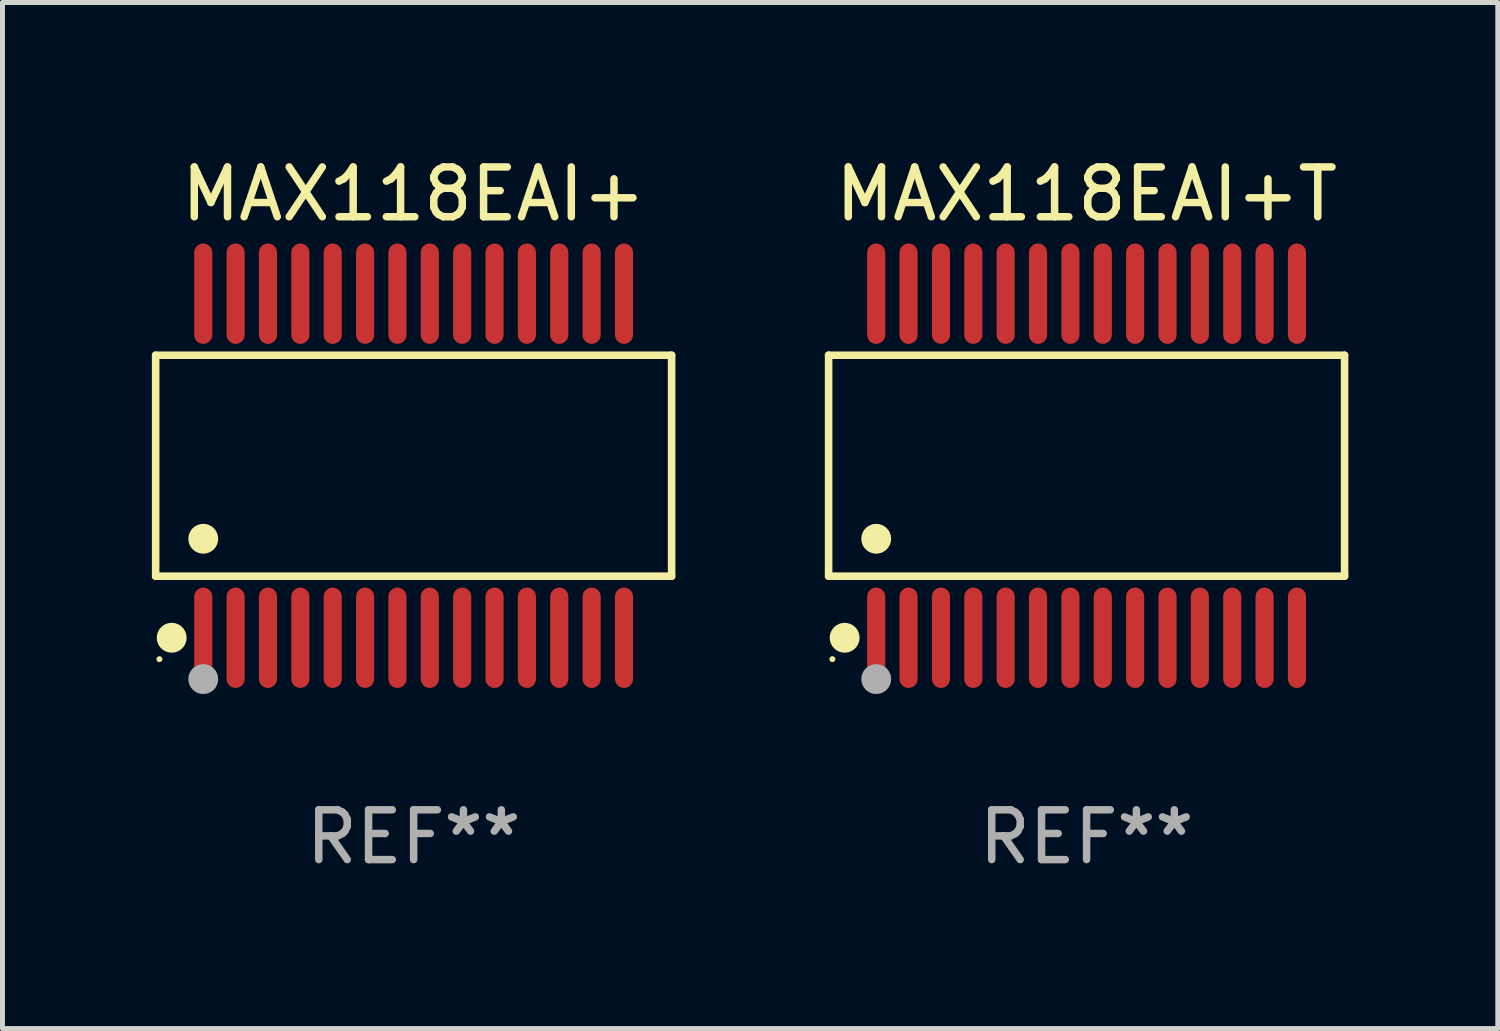
<source format=kicad_pcb>
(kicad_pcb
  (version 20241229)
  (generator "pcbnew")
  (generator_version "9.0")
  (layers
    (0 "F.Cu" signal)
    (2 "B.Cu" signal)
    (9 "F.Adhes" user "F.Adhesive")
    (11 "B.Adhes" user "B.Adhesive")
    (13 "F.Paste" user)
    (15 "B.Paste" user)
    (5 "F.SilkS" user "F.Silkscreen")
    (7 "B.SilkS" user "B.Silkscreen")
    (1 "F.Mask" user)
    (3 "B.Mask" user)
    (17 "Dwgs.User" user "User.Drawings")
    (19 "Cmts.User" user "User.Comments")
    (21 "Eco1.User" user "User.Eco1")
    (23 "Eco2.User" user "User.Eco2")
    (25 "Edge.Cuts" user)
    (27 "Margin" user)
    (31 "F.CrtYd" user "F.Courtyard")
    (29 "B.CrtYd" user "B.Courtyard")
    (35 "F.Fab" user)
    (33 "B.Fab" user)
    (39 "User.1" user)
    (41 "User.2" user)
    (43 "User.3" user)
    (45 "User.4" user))
  (footprint "MAX118EAI+"
    (layer "F.Cu")
    (at 5.257 6.303)
    (property "Reference" "MAX118EAI+" (at 0 -5.455 0) (layer "F.SilkS") (effects (font (size 1 1) (thickness 0.15))))
    (attr through_hole)
    (fp_line (start -5.181 -2.219) (end 5.181 -2.219) (stroke (width 0.152) (type solid)) (layer "F.SilkS"))
    (fp_line (start -5.181 2.219) (end -5.181 -2.219) (stroke (width 0.152) (type solid)) (layer "F.SilkS"))
    (fp_line (start 5.181 -2.219) (end 5.181 2.219) (stroke (width 0.152) (type solid)) (layer "F.SilkS"))
    (fp_line (start 5.181 2.219) (end -5.181 2.219) (stroke (width 0.152) (type solid)) (layer "F.SilkS"))
    (fp_circle (center -5.105 3.885) (end -5.075 3.885) (stroke (width 0.06) (type solid)) (fill no) (layer "F.SilkS"))
    (fp_circle (center -4.859 3.455) (end -4.709 3.455) (stroke (width 0.3) (type solid)) (fill no) (layer "F.SilkS"))
    (fp_circle (center -4.225 1.467) (end -4.075 1.467) (stroke (width 0.3) (type solid)) (fill no) (layer "F.SilkS"))
    (fp_circle (center -4.225 4.285) (end -4.075 4.285) (stroke (width 0.3) (type solid)) (fill no) (layer "F.Fab"))
    (fp_text user "REF**" (at 0 7.455 0) (layer "F.Fab") (effects (font (size 1 1) (thickness 0.15))))
    (pad "1" smd oval (at -4.225 3.455) (size 0.364 2.015) (layers "F.Cu" "F.Mask" "F.Paste"))
    (pad "2" smd oval (at -3.575 3.455) (size 0.364 2.015) (layers "F.Cu" "F.Mask" "F.Paste"))
    (pad "3" smd oval (at -2.925 3.455) (size 0.364 2.015) (layers "F.Cu" "F.Mask" "F.Paste"))
    (pad "4" smd oval (at -2.275 3.455) (size 0.364 2.015) (layers "F.Cu" "F.Mask" "F.Paste"))
    (pad "5" smd oval (at -1.625 3.455) (size 0.364 2.015) (layers "F.Cu" "F.Mask" "F.Paste"))
    (pad "6" smd oval (at -0.975 3.455) (size 0.364 2.015) (layers "F.Cu" "F.Mask" "F.Paste"))
    (pad "7" smd oval (at -0.325 3.455) (size 0.364 2.015) (layers "F.Cu" "F.Mask" "F.Paste"))
    (pad "8" smd oval (at 0.325 3.455) (size 0.364 2.015) (layers "F.Cu" "F.Mask" "F.Paste"))
    (pad "9" smd oval (at 0.975 3.455) (size 0.364 2.015) (layers "F.Cu" "F.Mask" "F.Paste"))
    (pad "10" smd oval (at 1.625 3.455) (size 0.364 2.015) (layers "F.Cu" "F.Mask" "F.Paste"))
    (pad "11" smd oval (at 2.275 3.455) (size 0.364 2.015) (layers "F.Cu" "F.Mask" "F.Paste"))
    (pad "12" smd oval (at 2.925 3.455) (size 0.364 2.015) (layers "F.Cu" "F.Mask" "F.Paste"))
    (pad "13" smd oval (at 3.575 3.455) (size 0.364 2.015) (layers "F.Cu" "F.Mask" "F.Paste"))
    (pad "14" smd oval (at 4.225 3.455) (size 0.364 2.015) (layers "F.Cu" "F.Mask" "F.Paste"))
    (pad "15" smd oval (at 4.225 -3.455) (size 0.364 2.015) (layers "F.Cu" "F.Mask" "F.Paste"))
    (pad "16" smd oval (at 3.575 -3.455) (size 0.364 2.015) (layers "F.Cu" "F.Mask" "F.Paste"))
    (pad "17" smd oval (at 2.925 -3.455) (size 0.364 2.015) (layers "F.Cu" "F.Mask" "F.Paste"))
    (pad "18" smd oval (at 2.275 -3.455) (size 0.364 2.015) (layers "F.Cu" "F.Mask" "F.Paste"))
    (pad "19" smd oval (at 1.625 -3.455) (size 0.364 2.015) (layers "F.Cu" "F.Mask" "F.Paste"))
    (pad "20" smd oval (at 0.975 -3.455) (size 0.364 2.015) (layers "F.Cu" "F.Mask" "F.Paste"))
    (pad "21" smd oval (at 0.325 -3.455) (size 0.364 2.015) (layers "F.Cu" "F.Mask" "F.Paste"))
    (pad "22" smd oval (at -0.325 -3.455) (size 0.364 2.015) (layers "F.Cu" "F.Mask" "F.Paste"))
    (pad "23" smd oval (at -0.975 -3.455) (size 0.364 2.015) (layers "F.Cu" "F.Mask" "F.Paste"))
    (pad "24" smd oval (at -1.625 -3.455) (size 0.364 2.015) (layers "F.Cu" "F.Mask" "F.Paste"))
    (pad "25" smd oval (at -2.275 -3.455) (size 0.364 2.015) (layers "F.Cu" "F.Mask" "F.Paste"))
    (pad "26" smd oval (at -2.925 -3.455) (size 0.364 2.015) (layers "F.Cu" "F.Mask" "F.Paste"))
    (pad "27" smd oval (at -3.575 -3.455) (size 0.364 2.015) (layers "F.Cu" "F.Mask" "F.Paste"))
    (pad "28" smd oval (at -4.225 -3.455) (size 0.364 2.015) (layers "F.Cu" "F.Mask" "F.Paste")))
  (footprint "MAX118EAI+T"
    (layer "F.Cu")
    (at 18.772 6.303)
    (property "Reference" "MAX118EAI+T" (at 0 -5.455 0) (layer "F.SilkS") (effects (font (size 1 1) (thickness 0.15))))
    (attr through_hole)
    (fp_line (start -5.181 -2.219) (end 5.181 -2.219) (stroke (width 0.152) (type solid)) (layer "F.SilkS"))
    (fp_line (start -5.181 2.219) (end -5.181 -2.219) (stroke (width 0.152) (type solid)) (layer "F.SilkS"))
    (fp_line (start 5.181 -2.219) (end 5.181 2.219) (stroke (width 0.152) (type solid)) (layer "F.SilkS"))
    (fp_line (start 5.181 2.219) (end -5.181 2.219) (stroke (width 0.152) (type solid)) (layer "F.SilkS"))
    (fp_circle (center -5.105 3.885) (end -5.075 3.885) (stroke (width 0.06) (type solid)) (fill no) (layer "F.SilkS"))
    (fp_circle (center -4.859 3.455) (end -4.709 3.455) (stroke (width 0.3) (type solid)) (fill no) (layer "F.SilkS"))
    (fp_circle (center -4.225 1.467) (end -4.075 1.467) (stroke (width 0.3) (type solid)) (fill no) (layer "F.SilkS"))
    (fp_circle (center -4.225 4.285) (end -4.075 4.285) (stroke (width 0.3) (type solid)) (fill no) (layer "F.Fab"))
    (fp_text user "REF**" (at 0 7.455 0) (layer "F.Fab") (effects (font (size 1 1) (thickness 0.15))))
    (pad "1" smd oval (at -4.225 3.455) (size 0.364 2.015) (layers "F.Cu" "F.Mask" "F.Paste"))
    (pad "2" smd oval (at -3.575 3.455) (size 0.364 2.015) (layers "F.Cu" "F.Mask" "F.Paste"))
    (pad "3" smd oval (at -2.925 3.455) (size 0.364 2.015) (layers "F.Cu" "F.Mask" "F.Paste"))
    (pad "4" smd oval (at -2.275 3.455) (size 0.364 2.015) (layers "F.Cu" "F.Mask" "F.Paste"))
    (pad "5" smd oval (at -1.625 3.455) (size 0.364 2.015) (layers "F.Cu" "F.Mask" "F.Paste"))
    (pad "6" smd oval (at -0.975 3.455) (size 0.364 2.015) (layers "F.Cu" "F.Mask" "F.Paste"))
    (pad "7" smd oval (at -0.325 3.455) (size 0.364 2.015) (layers "F.Cu" "F.Mask" "F.Paste"))
    (pad "8" smd oval (at 0.325 3.455) (size 0.364 2.015) (layers "F.Cu" "F.Mask" "F.Paste"))
    (pad "9" smd oval (at 0.975 3.455) (size 0.364 2.015) (layers "F.Cu" "F.Mask" "F.Paste"))
    (pad "10" smd oval (at 1.625 3.455) (size 0.364 2.015) (layers "F.Cu" "F.Mask" "F.Paste"))
    (pad "11" smd oval (at 2.275 3.455) (size 0.364 2.015) (layers "F.Cu" "F.Mask" "F.Paste"))
    (pad "12" smd oval (at 2.925 3.455) (size 0.364 2.015) (layers "F.Cu" "F.Mask" "F.Paste"))
    (pad "13" smd oval (at 3.575 3.455) (size 0.364 2.015) (layers "F.Cu" "F.Mask" "F.Paste"))
    (pad "14" smd oval (at 4.225 3.455) (size 0.364 2.015) (layers "F.Cu" "F.Mask" "F.Paste"))
    (pad "15" smd oval (at 4.225 -3.455) (size 0.364 2.015) (layers "F.Cu" "F.Mask" "F.Paste"))
    (pad "16" smd oval (at 3.575 -3.455) (size 0.364 2.015) (layers "F.Cu" "F.Mask" "F.Paste"))
    (pad "17" smd oval (at 2.925 -3.455) (size 0.364 2.015) (layers "F.Cu" "F.Mask" "F.Paste"))
    (pad "18" smd oval (at 2.275 -3.455) (size 0.364 2.015) (layers "F.Cu" "F.Mask" "F.Paste"))
    (pad "19" smd oval (at 1.625 -3.455) (size 0.364 2.015) (layers "F.Cu" "F.Mask" "F.Paste"))
    (pad "20" smd oval (at 0.975 -3.455) (size 0.364 2.015) (layers "F.Cu" "F.Mask" "F.Paste"))
    (pad "21" smd oval (at 0.325 -3.455) (size 0.364 2.015) (layers "F.Cu" "F.Mask" "F.Paste"))
    (pad "22" smd oval (at -0.325 -3.455) (size 0.364 2.015) (layers "F.Cu" "F.Mask" "F.Paste"))
    (pad "23" smd oval (at -0.975 -3.455) (size 0.364 2.015) (layers "F.Cu" "F.Mask" "F.Paste"))
    (pad "24" smd oval (at -1.625 -3.455) (size 0.364 2.015) (layers "F.Cu" "F.Mask" "F.Paste"))
    (pad "25" smd oval (at -2.275 -3.455) (size 0.364 2.015) (layers "F.Cu" "F.Mask" "F.Paste"))
    (pad "26" smd oval (at -2.925 -3.455) (size 0.364 2.015) (layers "F.Cu" "F.Mask" "F.Paste"))
    (pad "27" smd oval (at -3.575 -3.455) (size 0.364 2.015) (layers "F.Cu" "F.Mask" "F.Paste"))
    (pad "28" smd oval (at -4.225 -3.455) (size 0.364 2.015) (layers "F.Cu" "F.Mask" "F.Paste")))
  (gr_rect
    (start -3 -3)
    (end 27.03 17.607)
    (stroke (width 0.1) (type default))
    (fill no)
    (layer "Edge.Cuts")))
</source>
